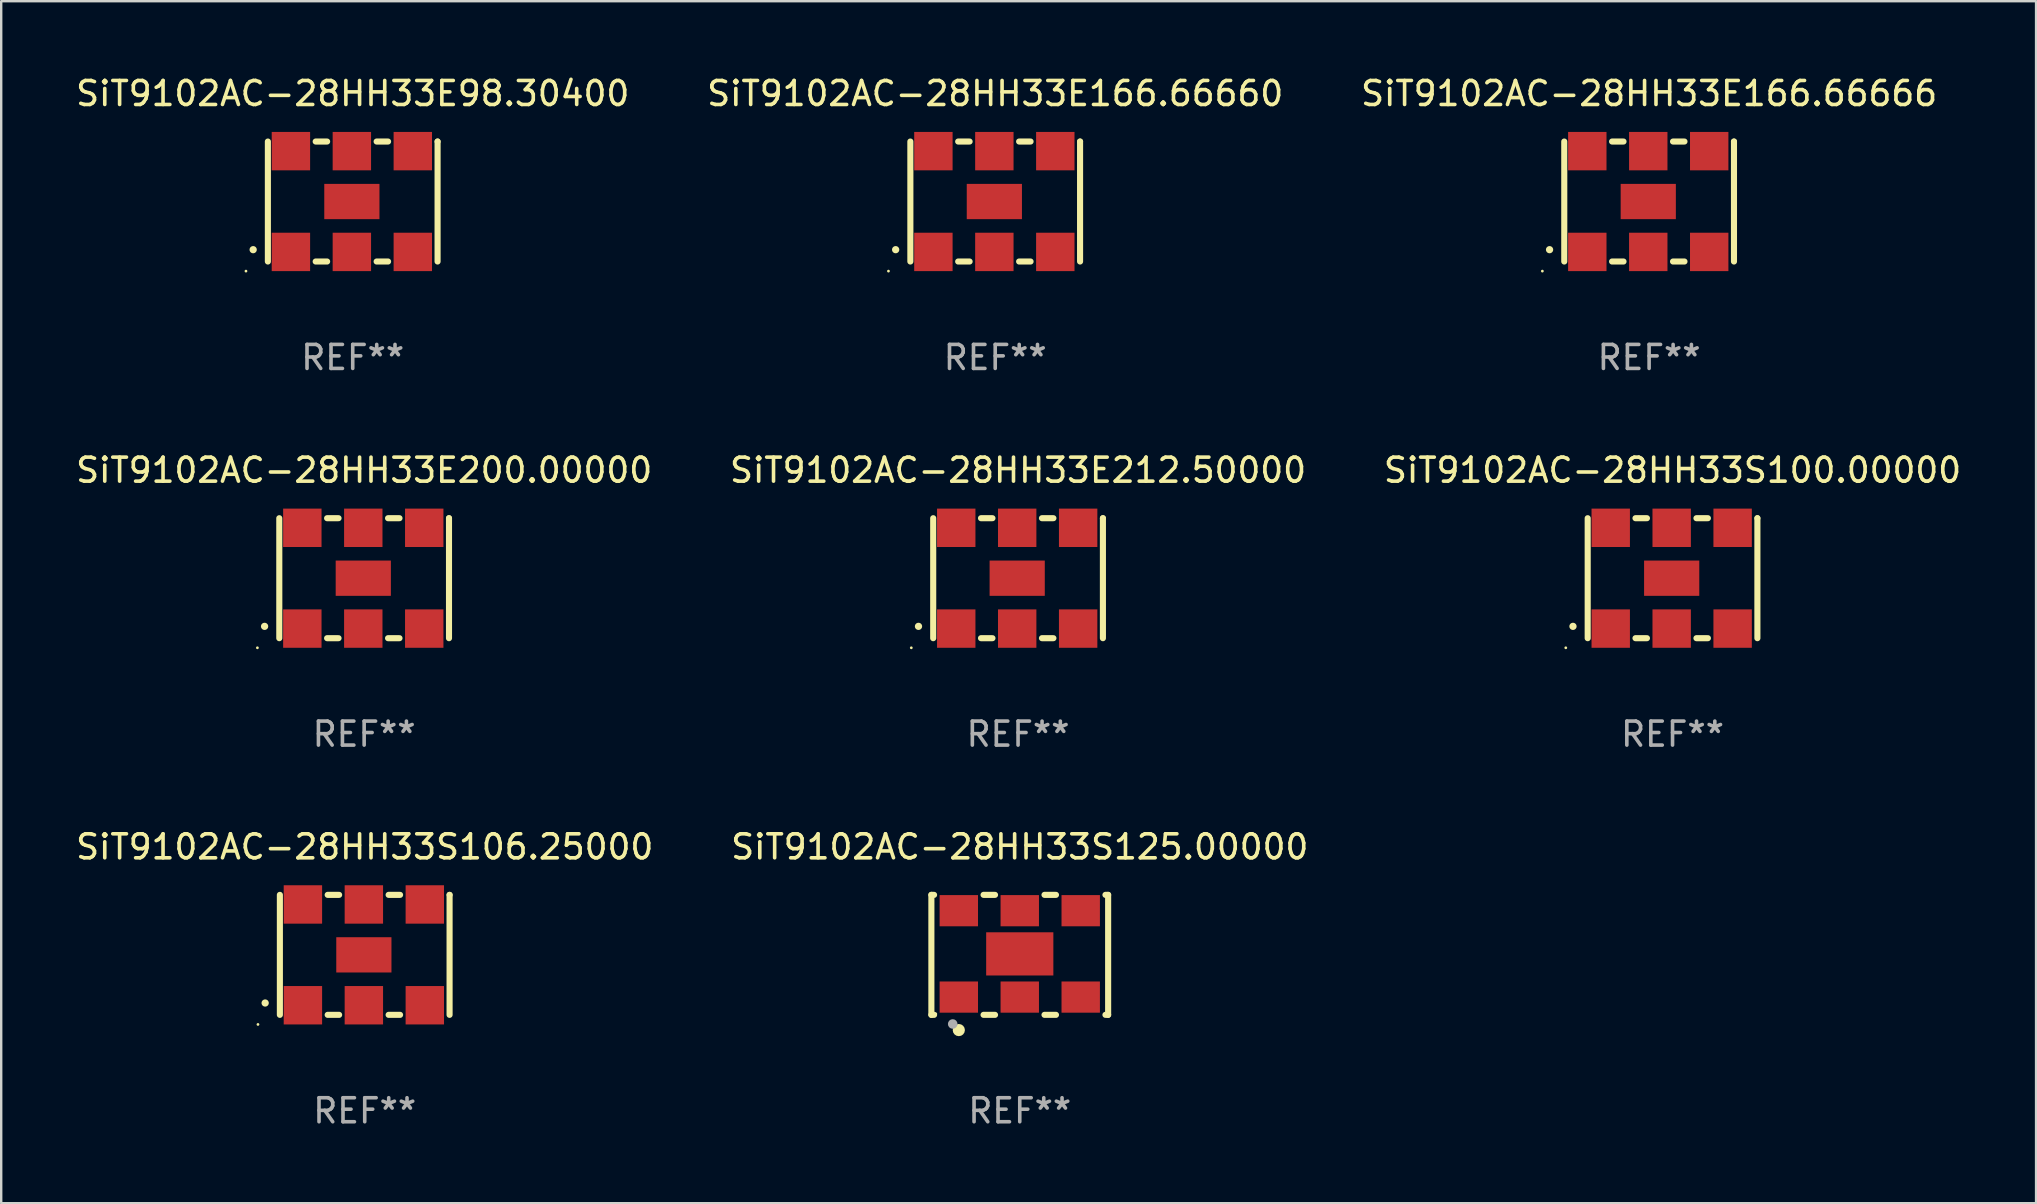
<source format=kicad_pcb>
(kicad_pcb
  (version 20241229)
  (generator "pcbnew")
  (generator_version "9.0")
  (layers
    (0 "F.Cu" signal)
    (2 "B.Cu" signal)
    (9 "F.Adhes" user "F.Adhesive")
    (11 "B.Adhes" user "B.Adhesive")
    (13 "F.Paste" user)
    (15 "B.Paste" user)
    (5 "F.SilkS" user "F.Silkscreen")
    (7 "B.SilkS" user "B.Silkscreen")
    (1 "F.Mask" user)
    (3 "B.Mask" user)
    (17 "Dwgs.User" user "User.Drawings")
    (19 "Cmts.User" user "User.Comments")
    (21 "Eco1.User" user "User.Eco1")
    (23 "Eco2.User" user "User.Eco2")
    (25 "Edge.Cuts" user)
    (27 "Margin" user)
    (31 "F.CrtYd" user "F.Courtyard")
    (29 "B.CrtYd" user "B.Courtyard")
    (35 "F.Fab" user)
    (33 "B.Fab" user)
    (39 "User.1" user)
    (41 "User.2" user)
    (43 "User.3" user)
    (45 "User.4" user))
  (footprint "SiT9102AC-28HH33E200.00000"
    (layer "F.Cu")
    (at 12.125 21.045)
    (property "Reference" "SiT9102AC-28HH33E200.00000" (at 0 -4.5 0) (layer "F.SilkS") (effects (font (size 1 1) (thickness 0.15))))
    (attr through_hole)
    (fp_line (start -3.536 -2.5) (end -3.536 2.5) (stroke (width 0.254) (type solid)) (layer "F.SilkS"))
    (fp_line (start -1.544 2.5) (end -1.067 2.5) (stroke (width 0.254) (type solid)) (layer "F.SilkS"))
    (fp_line (start -1.067 -2.5) (end -1.544 -2.5) (stroke (width 0.254) (type solid)) (layer "F.SilkS"))
    (fp_line (start 0.996 2.5) (end 1.473 2.5) (stroke (width 0.254) (type solid)) (layer "F.SilkS"))
    (fp_line (start 1.473 -2.5) (end 0.996 -2.5) (stroke (width 0.254) (type solid)) (layer "F.SilkS"))
    (fp_line (start 3.536 -2.5) (end 3.536 -2.5) (stroke (width 0.254) (type solid)) (layer "F.SilkS"))
    (fp_line (start 3.536 2.5) (end 3.536 -2.5) (stroke (width 0.254) (type solid)) (layer "F.SilkS"))
    (fp_arc (start -4.150432 2.006604) (mid -4.149162 2.006599) (end -4.147892 2.006604) (stroke (width 0.3) (type solid)) (layer "F.SilkS"))
    (fp_circle (center -4.449 2.9) (end -4.419 2.9) (stroke (width 0.06) (type solid)) (fill no) (layer "F.SilkS"))
    (fp_text user "REF**" (at 0 6.5 0) (layer "F.Fab") (effects (font (size 1 1) (thickness 0.15))))
    (pad "1" smd rect (at -2.576 2.1) (size 1.6 1.6) (layers "F.Cu" "F.Mask" "F.Paste"))
    (pad "2" smd rect (at -0.036 2.1) (size 1.6 1.6) (layers "F.Cu" "F.Mask" "F.Paste"))
    (pad "3" smd rect (at 2.504 2.1) (size 1.6 1.6) (layers "F.Cu" "F.Mask" "F.Paste"))
    (pad "4" smd rect (at 2.504 -2.1) (size 1.6 1.6) (layers "F.Cu" "F.Mask" "F.Paste"))
    (pad "5" smd rect (at -0.036 -2.1) (size 1.6 1.6) (layers "F.Cu" "F.Mask" "F.Paste"))
    (pad "6" smd rect (at -2.576 -2.1) (size 1.6 1.6) (layers "F.Cu" "F.Mask" "F.Paste"))
    (pad "7" smd rect (at -0.036 0) (size 2.3 1.47) (layers "F.Cu" "F.Mask" "F.Paste")))
  (footprint "SiT9102AC-28HH33S100.00000"
    (layer "F.Cu")
    (at 66.649 21.045)
    (property "Reference" "SiT9102AC-28HH33S100.00000" (at 0 -4.5 0) (layer "F.SilkS") (effects (font (size 1 1) (thickness 0.15))))
    (attr through_hole)
    (fp_line (start -3.536 -2.5) (end -3.536 2.5) (stroke (width 0.254) (type solid)) (layer "F.SilkS"))
    (fp_line (start -1.544 2.5) (end -1.067 2.5) (stroke (width 0.254) (type solid)) (layer "F.SilkS"))
    (fp_line (start -1.067 -2.5) (end -1.544 -2.5) (stroke (width 0.254) (type solid)) (layer "F.SilkS"))
    (fp_line (start 0.996 2.5) (end 1.473 2.5) (stroke (width 0.254) (type solid)) (layer "F.SilkS"))
    (fp_line (start 1.473 -2.5) (end 0.996 -2.5) (stroke (width 0.254) (type solid)) (layer "F.SilkS"))
    (fp_line (start 3.536 -2.5) (end 3.536 -2.5) (stroke (width 0.254) (type solid)) (layer "F.SilkS"))
    (fp_line (start 3.536 2.5) (end 3.536 -2.5) (stroke (width 0.254) (type solid)) (layer "F.SilkS"))
    (fp_arc (start -4.150432 2.006604) (mid -4.149162 2.006599) (end -4.147892 2.006604) (stroke (width 0.3) (type solid)) (layer "F.SilkS"))
    (fp_circle (center -4.449 2.9) (end -4.419 2.9) (stroke (width 0.06) (type solid)) (fill no) (layer "F.SilkS"))
    (fp_text user "REF**" (at 0 6.5 0) (layer "F.Fab") (effects (font (size 1 1) (thickness 0.15))))
    (pad "1" smd rect (at -2.576 2.1) (size 1.6 1.6) (layers "F.Cu" "F.Mask" "F.Paste"))
    (pad "2" smd rect (at -0.036 2.1) (size 1.6 1.6) (layers "F.Cu" "F.Mask" "F.Paste"))
    (pad "3" smd rect (at 2.504 2.1) (size 1.6 1.6) (layers "F.Cu" "F.Mask" "F.Paste"))
    (pad "4" smd rect (at 2.504 -2.1) (size 1.6 1.6) (layers "F.Cu" "F.Mask" "F.Paste"))
    (pad "5" smd rect (at -0.036 -2.1) (size 1.6 1.6) (layers "F.Cu" "F.Mask" "F.Paste"))
    (pad "6" smd rect (at -2.576 -2.1) (size 1.6 1.6) (layers "F.Cu" "F.Mask" "F.Paste"))
    (pad "7" smd rect (at -0.036 0) (size 2.3 1.47) (layers "F.Cu" "F.Mask" "F.Paste")))
  (footprint "SiT9102AC-28HH33S106.25000"
    (layer "F.Cu")
    (at 12.149 36.741)
    (property "Reference" "SiT9102AC-28HH33S106.25000" (at 0 -4.5 0) (layer "F.SilkS") (effects (font (size 1 1) (thickness 0.15))))
    (attr through_hole)
    (fp_line (start -3.536 -2.5) (end -3.536 2.5) (stroke (width 0.254) (type solid)) (layer "F.SilkS"))
    (fp_line (start -1.544 2.5) (end -1.067 2.5) (stroke (width 0.254) (type solid)) (layer "F.SilkS"))
    (fp_line (start -1.067 -2.5) (end -1.544 -2.5) (stroke (width 0.254) (type solid)) (layer "F.SilkS"))
    (fp_line (start 0.996 2.5) (end 1.473 2.5) (stroke (width 0.254) (type solid)) (layer "F.SilkS"))
    (fp_line (start 1.473 -2.5) (end 0.996 -2.5) (stroke (width 0.254) (type solid)) (layer "F.SilkS"))
    (fp_line (start 3.536 -2.5) (end 3.536 -2.5) (stroke (width 0.254) (type solid)) (layer "F.SilkS"))
    (fp_line (start 3.536 2.5) (end 3.536 -2.5) (stroke (width 0.254) (type solid)) (layer "F.SilkS"))
    (fp_arc (start -4.150432 2.006604) (mid -4.149162 2.006599) (end -4.147892 2.006604) (stroke (width 0.3) (type solid)) (layer "F.SilkS"))
    (fp_circle (center -4.449 2.9) (end -4.419 2.9) (stroke (width 0.06) (type solid)) (fill no) (layer "F.SilkS"))
    (fp_text user "REF**" (at 0 6.5 0) (layer "F.Fab") (effects (font (size 1 1) (thickness 0.15))))
    (pad "1" smd rect (at -2.576 2.1) (size 1.6 1.6) (layers "F.Cu" "F.Mask" "F.Paste"))
    (pad "2" smd rect (at -0.036 2.1) (size 1.6 1.6) (layers "F.Cu" "F.Mask" "F.Paste"))
    (pad "3" smd rect (at 2.504 2.1) (size 1.6 1.6) (layers "F.Cu" "F.Mask" "F.Paste"))
    (pad "4" smd rect (at 2.504 -2.1) (size 1.6 1.6) (layers "F.Cu" "F.Mask" "F.Paste"))
    (pad "5" smd rect (at -0.036 -2.1) (size 1.6 1.6) (layers "F.Cu" "F.Mask" "F.Paste"))
    (pad "6" smd rect (at -2.576 -2.1) (size 1.6 1.6) (layers "F.Cu" "F.Mask" "F.Paste"))
    (pad "7" smd rect (at -0.036 0) (size 2.3 1.47) (layers "F.Cu" "F.Mask" "F.Paste")))
  (footprint "SiT9102AC-28HH33E98.30400"
    (layer "F.Cu")
    (at 11.649 5.348)
    (property "Reference" "SiT9102AC-28HH33E98.30400" (at 0 -4.5 0) (layer "F.SilkS") (effects (font (size 1 1) (thickness 0.15))))
    (attr through_hole)
    (fp_line (start -3.536 -2.5) (end -3.536 2.5) (stroke (width 0.254) (type solid)) (layer "F.SilkS"))
    (fp_line (start -1.544 2.5) (end -1.067 2.5) (stroke (width 0.254) (type solid)) (layer "F.SilkS"))
    (fp_line (start -1.067 -2.5) (end -1.544 -2.5) (stroke (width 0.254) (type solid)) (layer "F.SilkS"))
    (fp_line (start 0.996 2.5) (end 1.473 2.5) (stroke (width 0.254) (type solid)) (layer "F.SilkS"))
    (fp_line (start 1.473 -2.5) (end 0.996 -2.5) (stroke (width 0.254) (type solid)) (layer "F.SilkS"))
    (fp_line (start 3.536 -2.5) (end 3.536 -2.5) (stroke (width 0.254) (type solid)) (layer "F.SilkS"))
    (fp_line (start 3.536 2.5) (end 3.536 -2.5) (stroke (width 0.254) (type solid)) (layer "F.SilkS"))
    (fp_arc (start -4.150432 2.006604) (mid -4.149162 2.006599) (end -4.147892 2.006604) (stroke (width 0.3) (type solid)) (layer "F.SilkS"))
    (fp_circle (center -4.449 2.9) (end -4.419 2.9) (stroke (width 0.06) (type solid)) (fill no) (layer "F.SilkS"))
    (fp_text user "REF**" (at 0 6.5 0) (layer "F.Fab") (effects (font (size 1 1) (thickness 0.15))))
    (pad "1" smd rect (at -2.576 2.1) (size 1.6 1.6) (layers "F.Cu" "F.Mask" "F.Paste"))
    (pad "2" smd rect (at -0.036 2.1) (size 1.6 1.6) (layers "F.Cu" "F.Mask" "F.Paste"))
    (pad "3" smd rect (at 2.504 2.1) (size 1.6 1.6) (layers "F.Cu" "F.Mask" "F.Paste"))
    (pad "4" smd rect (at 2.504 -2.1) (size 1.6 1.6) (layers "F.Cu" "F.Mask" "F.Paste"))
    (pad "5" smd rect (at -0.036 -2.1) (size 1.6 1.6) (layers "F.Cu" "F.Mask" "F.Paste"))
    (pad "6" smd rect (at -2.576 -2.1) (size 1.6 1.6) (layers "F.Cu" "F.Mask" "F.Paste"))
    (pad "7" smd rect (at -0.036 0) (size 2.3 1.47) (layers "F.Cu" "F.Mask" "F.Paste")))
  (footprint "SiT9102AC-28HH33S125.00000"
    (layer "F.Cu")
    (at 39.446 36.741)
    (property "Reference" "SiT9102AC-28HH33S125.00000" (at 0 -4.5 0) (layer "F.SilkS") (effects (font (size 1 1) (thickness 0.15))))
    (attr through_hole)
    (fp_line (start -3.683 -2.5) (end -3.571 -2.5) (stroke (width 0.254) (type solid)) (layer "F.SilkS"))
    (fp_line (start -3.683 2.5) (end -3.683 -2.5) (stroke (width 0.254) (type solid)) (layer "F.SilkS"))
    (fp_line (start -3.683 2.5) (end -3.571 2.5) (stroke (width 0.254) (type solid)) (layer "F.SilkS"))
    (fp_line (start -1.509 -2.5) (end -1.031 -2.5) (stroke (width 0.254) (type solid)) (layer "F.SilkS"))
    (fp_line (start -1.509 2.5) (end -1.031 2.5) (stroke (width 0.254) (type solid)) (layer "F.SilkS"))
    (fp_line (start 1.031 -2.5) (end 1.509 -2.5) (stroke (width 0.254) (type solid)) (layer "F.SilkS"))
    (fp_line (start 1.031 2.5) (end 1.509 2.5) (stroke (width 0.254) (type solid)) (layer "F.SilkS"))
    (fp_line (start 3.571 -2.5) (end 3.683 -2.5) (stroke (width 0.254) (type solid)) (layer "F.SilkS"))
    (fp_line (start 3.571 2.5) (end 3.683 2.5) (stroke (width 0.254) (type solid)) (layer "F.SilkS"))
    (fp_line (start 3.683 2.5) (end 3.683 -2.5) (stroke (width 0.254) (type solid)) (layer "F.SilkS"))
    (fp_circle (center -3.5 2.46) (end -3.47 2.46) (stroke (width 0.06) (type solid)) (fill no) (layer "F.SilkS"))
    (fp_circle (center -2.54 3.135) (end -2.413 3.135) (stroke (width 0.254) (type solid)) (fill no) (layer "F.SilkS"))
    (fp_circle (center -2.794 2.881) (end -2.694 2.881) (stroke (width 0.2) (type solid)) (fill no) (layer "F.Fab"))
    (fp_text user "REF**" (at 0 6.5 0) (layer "F.Fab") (effects (font (size 1 1) (thickness 0.15))))
    (pad "1" smd rect (at -2.54 1.76) (size 1.6 1.3) (layers "F.Cu" "F.Mask" "F.Paste"))
    (pad "2" smd rect (at 0 1.76) (size 1.6 1.3) (layers "F.Cu" "F.Mask" "F.Paste"))
    (pad "3" smd rect (at 2.54 1.76) (size 1.6 1.3) (layers "F.Cu" "F.Mask" "F.Paste"))
    (pad "4" smd rect (at 2.54 -1.84) (size 1.6 1.3) (layers "F.Cu" "F.Mask" "F.Paste"))
    (pad "5" smd rect (at 0 -1.84) (size 1.6 1.3) (layers "F.Cu" "F.Mask" "F.Paste"))
    (pad "6" smd rect (at -2.54 -1.84) (size 1.6 1.3) (layers "F.Cu" "F.Mask" "F.Paste"))
    (pad "7" smd rect (at 0 -0.04) (size 2.8 1.8) (layers "F.Cu" "F.Mask" "F.Paste")))
  (footprint "SiT9102AC-28HH33E166.66660"
    (layer "F.Cu")
    (at 38.423 5.348)
    (property "Reference" "SiT9102AC-28HH33E166.66660" (at 0 -4.5 0) (layer "F.SilkS") (effects (font (size 1 1) (thickness 0.15))))
    (attr through_hole)
    (fp_line (start -3.536 -2.5) (end -3.536 2.5) (stroke (width 0.254) (type solid)) (layer "F.SilkS"))
    (fp_line (start -1.544 2.5) (end -1.067 2.5) (stroke (width 0.254) (type solid)) (layer "F.SilkS"))
    (fp_line (start -1.067 -2.5) (end -1.544 -2.5) (stroke (width 0.254) (type solid)) (layer "F.SilkS"))
    (fp_line (start 0.996 2.5) (end 1.473 2.5) (stroke (width 0.254) (type solid)) (layer "F.SilkS"))
    (fp_line (start 1.473 -2.5) (end 0.996 -2.5) (stroke (width 0.254) (type solid)) (layer "F.SilkS"))
    (fp_line (start 3.536 -2.5) (end 3.536 -2.5) (stroke (width 0.254) (type solid)) (layer "F.SilkS"))
    (fp_line (start 3.536 2.5) (end 3.536 -2.5) (stroke (width 0.254) (type solid)) (layer "F.SilkS"))
    (fp_arc (start -4.150432 2.006604) (mid -4.149162 2.006599) (end -4.147892 2.006604) (stroke (width 0.3) (type solid)) (layer "F.SilkS"))
    (fp_circle (center -4.449 2.9) (end -4.419 2.9) (stroke (width 0.06) (type solid)) (fill no) (layer "F.SilkS"))
    (fp_text user "REF**" (at 0 6.5 0) (layer "F.Fab") (effects (font (size 1 1) (thickness 0.15))))
    (pad "1" smd rect (at -2.576 2.1) (size 1.6 1.6) (layers "F.Cu" "F.Mask" "F.Paste"))
    (pad "2" smd rect (at -0.036 2.1) (size 1.6 1.6) (layers "F.Cu" "F.Mask" "F.Paste"))
    (pad "3" smd rect (at 2.504 2.1) (size 1.6 1.6) (layers "F.Cu" "F.Mask" "F.Paste"))
    (pad "4" smd rect (at 2.504 -2.1) (size 1.6 1.6) (layers "F.Cu" "F.Mask" "F.Paste"))
    (pad "5" smd rect (at -0.036 -2.1) (size 1.6 1.6) (layers "F.Cu" "F.Mask" "F.Paste"))
    (pad "6" smd rect (at -2.576 -2.1) (size 1.6 1.6) (layers "F.Cu" "F.Mask" "F.Paste"))
    (pad "7" smd rect (at -0.036 0) (size 2.3 1.47) (layers "F.Cu" "F.Mask" "F.Paste")))
  (footprint "SiT9102AC-28HH33E166.66666"
    (layer "F.Cu")
    (at 65.673 5.348)
    (property "Reference" "SiT9102AC-28HH33E166.66666" (at 0 -4.5 0) (layer "F.SilkS") (effects (font (size 1 1) (thickness 0.15))))
    (attr through_hole)
    (fp_line (start -3.536 -2.5) (end -3.536 2.5) (stroke (width 0.254) (type solid)) (layer "F.SilkS"))
    (fp_line (start -1.544 2.5) (end -1.067 2.5) (stroke (width 0.254) (type solid)) (layer "F.SilkS"))
    (fp_line (start -1.067 -2.5) (end -1.544 -2.5) (stroke (width 0.254) (type solid)) (layer "F.SilkS"))
    (fp_line (start 0.996 2.5) (end 1.473 2.5) (stroke (width 0.254) (type solid)) (layer "F.SilkS"))
    (fp_line (start 1.473 -2.5) (end 0.996 -2.5) (stroke (width 0.254) (type solid)) (layer "F.SilkS"))
    (fp_line (start 3.536 -2.5) (end 3.536 -2.5) (stroke (width 0.254) (type solid)) (layer "F.SilkS"))
    (fp_line (start 3.536 2.5) (end 3.536 -2.5) (stroke (width 0.254) (type solid)) (layer "F.SilkS"))
    (fp_arc (start -4.150432 2.006604) (mid -4.149162 2.006599) (end -4.147892 2.006604) (stroke (width 0.3) (type solid)) (layer "F.SilkS"))
    (fp_circle (center -4.449 2.9) (end -4.419 2.9) (stroke (width 0.06) (type solid)) (fill no) (layer "F.SilkS"))
    (fp_text user "REF**" (at 0 6.5 0) (layer "F.Fab") (effects (font (size 1 1) (thickness 0.15))))
    (pad "1" smd rect (at -2.576 2.1) (size 1.6 1.6) (layers "F.Cu" "F.Mask" "F.Paste"))
    (pad "2" smd rect (at -0.036 2.1) (size 1.6 1.6) (layers "F.Cu" "F.Mask" "F.Paste"))
    (pad "3" smd rect (at 2.504 2.1) (size 1.6 1.6) (layers "F.Cu" "F.Mask" "F.Paste"))
    (pad "4" smd rect (at 2.504 -2.1) (size 1.6 1.6) (layers "F.Cu" "F.Mask" "F.Paste"))
    (pad "5" smd rect (at -0.036 -2.1) (size 1.6 1.6) (layers "F.Cu" "F.Mask" "F.Paste"))
    (pad "6" smd rect (at -2.576 -2.1) (size 1.6 1.6) (layers "F.Cu" "F.Mask" "F.Paste"))
    (pad "7" smd rect (at -0.036 0) (size 2.3 1.47) (layers "F.Cu" "F.Mask" "F.Paste")))
  (footprint "SiT9102AC-28HH33E212.50000"
    (layer "F.Cu")
    (at 39.375 21.045)
    (property "Reference" "SiT9102AC-28HH33E212.50000" (at 0 -4.5 0) (layer "F.SilkS") (effects (font (size 1 1) (thickness 0.15))))
    (attr through_hole)
    (fp_line (start -3.536 -2.5) (end -3.536 2.5) (stroke (width 0.254) (type solid)) (layer "F.SilkS"))
    (fp_line (start -1.544 2.5) (end -1.067 2.5) (stroke (width 0.254) (type solid)) (layer "F.SilkS"))
    (fp_line (start -1.067 -2.5) (end -1.544 -2.5) (stroke (width 0.254) (type solid)) (layer "F.SilkS"))
    (fp_line (start 0.996 2.5) (end 1.473 2.5) (stroke (width 0.254) (type solid)) (layer "F.SilkS"))
    (fp_line (start 1.473 -2.5) (end 0.996 -2.5) (stroke (width 0.254) (type solid)) (layer "F.SilkS"))
    (fp_line (start 3.536 -2.5) (end 3.536 -2.5) (stroke (width 0.254) (type solid)) (layer "F.SilkS"))
    (fp_line (start 3.536 2.5) (end 3.536 -2.5) (stroke (width 0.254) (type solid)) (layer "F.SilkS"))
    (fp_arc (start -4.150432 2.006604) (mid -4.149162 2.006599) (end -4.147892 2.006604) (stroke (width 0.3) (type solid)) (layer "F.SilkS"))
    (fp_circle (center -4.449 2.9) (end -4.419 2.9) (stroke (width 0.06) (type solid)) (fill no) (layer "F.SilkS"))
    (fp_text user "REF**" (at 0 6.5 0) (layer "F.Fab") (effects (font (size 1 1) (thickness 0.15))))
    (pad "1" smd rect (at -2.576 2.1) (size 1.6 1.6) (layers "F.Cu" "F.Mask" "F.Paste"))
    (pad "2" smd rect (at -0.036 2.1) (size 1.6 1.6) (layers "F.Cu" "F.Mask" "F.Paste"))
    (pad "3" smd rect (at 2.504 2.1) (size 1.6 1.6) (layers "F.Cu" "F.Mask" "F.Paste"))
    (pad "4" smd rect (at 2.504 -2.1) (size 1.6 1.6) (layers "F.Cu" "F.Mask" "F.Paste"))
    (pad "5" smd rect (at -0.036 -2.1) (size 1.6 1.6) (layers "F.Cu" "F.Mask" "F.Paste"))
    (pad "6" smd rect (at -2.576 -2.1) (size 1.6 1.6) (layers "F.Cu" "F.Mask" "F.Paste"))
    (pad "7" smd rect (at -0.036 0) (size 2.3 1.47) (layers "F.Cu" "F.Mask" "F.Paste")))
  (gr_rect
    (start -3 -3)
    (end 81.798 47.09)
    (stroke (width 0.1) (type default))
    (fill no)
    (layer "Edge.Cuts")))
</source>
